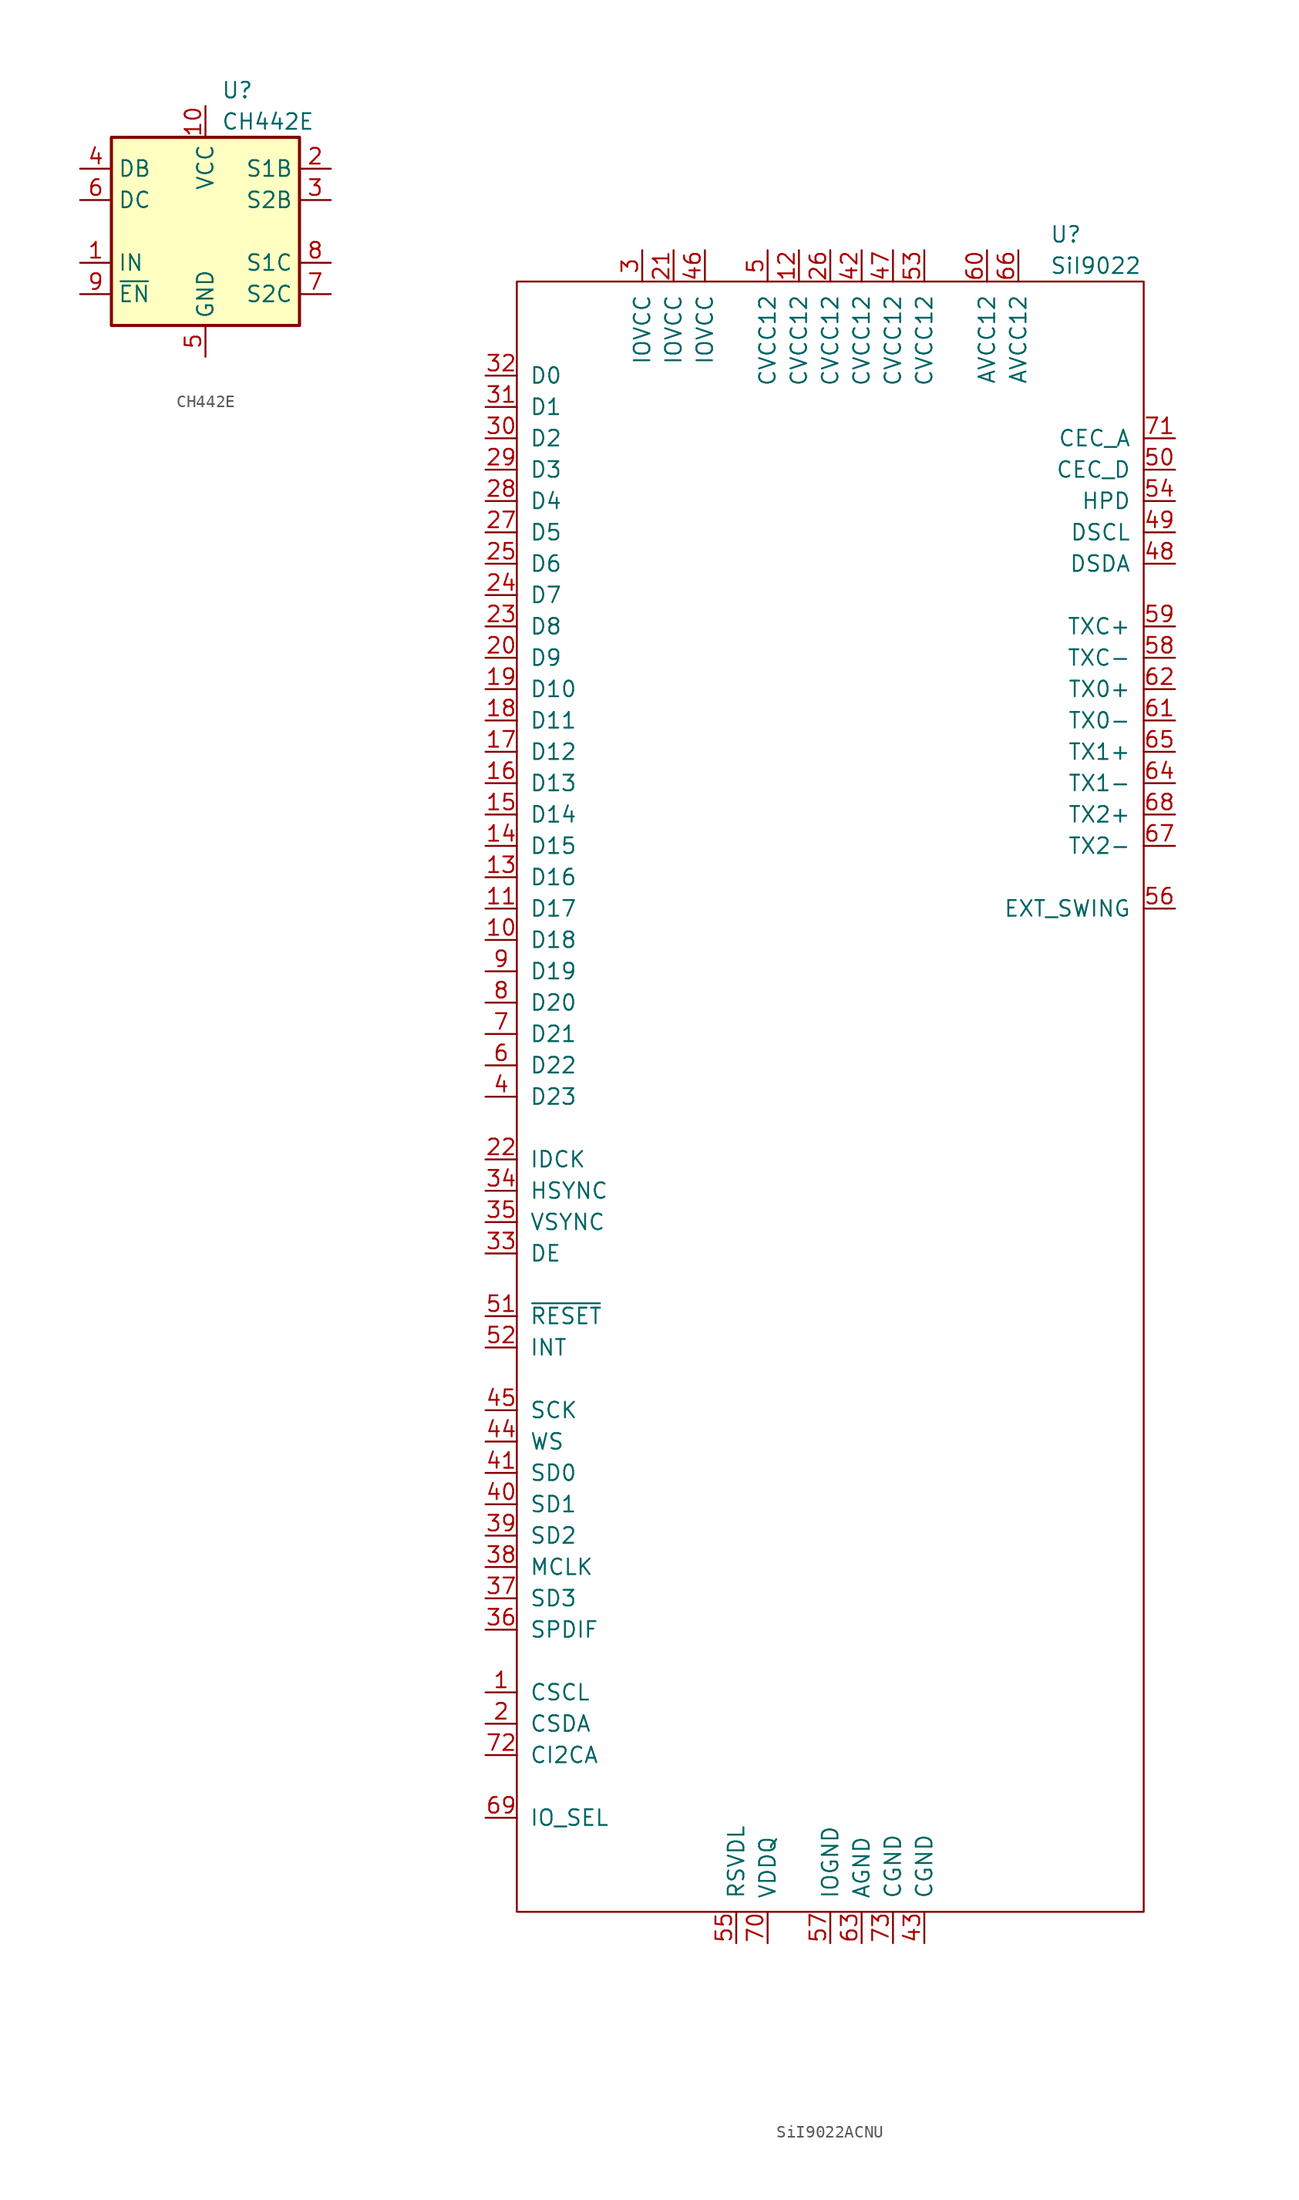
<source format=kicad_sym>
(kicad_symbol_lib
  (version 20241209)
  (generator "kicad_symbol_editor")
  (generator_version "9.0")
  (symbol "CH442E"
    (property "Reference" "U"
      (at 1.27 11.43 0)
      (effects (font (size 1.27 1.27)) (justify left)))
    (property "Value" "CH442E"
      (at 1.27 8.89 0)
      (effects (font (size 1.27 1.27)) (justify left)))
    (symbol "CH442E_0_1"
      (rectangle (start -7.62 7.62) (end 7.62 -7.62) (stroke (width 0.254) (type default)) (fill (type background))))
    (symbol "CH442E_1_1"
      (pin bidirectional line (at -10.16 5.08 0) (length 2.54) (name "DB" (effects (font (size 1.27 1.27)))) (number "4" (effects (font (size 1.27 1.27)))))
      (pin bidirectional line (at -10.16 2.54 0) (length 2.54) (name "DC" (effects (font (size 1.27 1.27)))) (number "6" (effects (font (size 1.27 1.27)))))
      (pin input line (at -10.16 -2.54 0) (length 2.54) (name "IN" (effects (font (size 1.27 1.27)))) (number "1" (effects (font (size 1.27 1.27)))))
      (pin input line (at -10.16 -5.08 0) (length 2.54) (name "~{EN}" (effects (font (size 1.27 1.27)))) (number "9" (effects (font (size 1.27 1.27)))))
      (pin power_in line (at 0 10.16 270) (length 2.54) (name "VCC" (effects (font (size 1.27 1.27)))) (number "10" (effects (font (size 1.27 1.27)))))
      (pin power_in line (at 0 -10.16 90) (length 2.54) (name "GND" (effects (font (size 1.27 1.27)))) (number "5" (effects (font (size 1.27 1.27)))))
      (pin bidirectional line (at 10.16 5.08 180) (length 2.54) (name "S1B" (effects (font (size 1.27 1.27)))) (number "2" (effects (font (size 1.27 1.27)))))
      (pin bidirectional line (at 10.16 2.54 180) (length 2.54) (name "S2B" (effects (font (size 1.27 1.27)))) (number "3" (effects (font (size 1.27 1.27)))))
      (pin bidirectional line (at 10.16 -2.54 180) (length 2.54) (name "S1C" (effects (font (size 1.27 1.27)))) (number "8" (effects (font (size 1.27 1.27)))))
      (pin bidirectional line (at 10.16 -5.08 180) (length 2.54) (name "S2C" (effects (font (size 1.27 1.27)))) (number "7" (effects (font (size 1.27 1.27)))))))
  (symbol "SiI9022ACNU"
    (pin_names
      (offset 1.016))
    (property "Reference" "U"
      (at 17.78 69.85 0)
      (effects (font (size 1.27 1.27)) (justify left)))
    (property "Value" "SiI9022"
      (at 17.78 67.31 0)
      (effects (font (size 1.27 1.27)) (justify left)))
    (symbol "SiI9022ACNU_1_0"
      (pin input line (at -27.94 -17.78 0) (length 2.54) (name "~{RESET}" (effects (font (size 1.27 1.27)))) (number "51" (effects (font (size 1.27 1.27)))))
      (pin output line (at -27.94 -20.32 0) (length 2.54) (name "INT" (effects (font (size 1.27 1.27)))) (number "52" (effects (font (size 1.27 1.27)))))
      (pin input line (at -27.94 -53.34 0) (length 2.54) (name "CI2CA" (effects (font (size 1.27 1.27)))) (number "72" (effects (font (size 1.27 1.27)))))
      (pin input line (at -27.94 -58.42 0) (length 2.54) (name "IO_SEL" (effects (font (size 1.27 1.27)))) (number "69" (effects (font (size 1.27 1.27)))))
      (pin input line (at -7.62 -68.58 90) (length 2.54) (name "RSVDL" (effects (font (size 1.27 1.27)))) (number "55" (effects (font (size 1.27 1.27)))))
      (pin input line (at -5.08 -68.58 90) (length 2.54) (name "VDDQ" (effects (font (size 1.27 1.27)))) (number "70" (effects (font (size 1.27 1.27)))))
      (pin power_in line (at 0 -68.58 90) (length 2.54) (name "IOGND" (effects (font (size 1.27 1.27)))) (number "57" (effects (font (size 1.27 1.27)))))
      (pin power_in line (at 2.54 -68.58 90) (length 2.54) (name "AGND" (effects (font (size 1.27 1.27)))) (number "63" (effects (font (size 1.27 1.27)))))
      (pin power_in line (at 5.08 -68.58 90) (length 2.54) (name "CGND" (effects (font (size 1.27 1.27)))) (number "73" (effects (font (size 1.27 1.27)))))
      (pin power_in line (at 7.62 68.58 270) (length 2.54) (name "CVCC12" (effects (font (size 1.27 1.27)))) (number "53" (effects (font (size 1.27 1.27)))))
      (pin power_in line (at 12.7 68.58 270) (length 2.54) (name "AVCC12" (effects (font (size 1.27 1.27)))) (number "60" (effects (font (size 1.27 1.27)))))
      (pin power_in line (at 15.24 68.58 270) (length 2.54) (name "AVCC12" (effects (font (size 1.27 1.27)))) (number "66" (effects (font (size 1.27 1.27)))))
      (pin input line (at 27.94 53.34 180) (length 2.54) (name "CEC_A" (effects (font (size 1.27 1.27)))) (number "71" (effects (font (size 1.27 1.27)))))
      (pin input line (at 27.94 50.8 180) (length 2.54) (name "CEC_D" (effects (font (size 1.27 1.27)))) (number "50" (effects (font (size 1.27 1.27)))))
      (pin input line (at 27.94 48.26 180) (length 2.54) (name "HPD" (effects (font (size 1.27 1.27)))) (number "54" (effects (font (size 1.27 1.27)))))
      (pin bidirectional line (at 27.94 45.72 180) (length 2.54) (name "DSCL" (effects (font (size 1.27 1.27)))) (number "49" (effects (font (size 1.27 1.27)))))
      (pin output line (at 27.94 38.1 180) (length 2.54) (name "TXC+" (effects (font (size 1.27 1.27)))) (number "59" (effects (font (size 1.27 1.27)))))
      (pin output line (at 27.94 35.56 180) (length 2.54) (name "TXC-" (effects (font (size 1.27 1.27)))) (number "58" (effects (font (size 1.27 1.27)))))
      (pin output line (at 27.94 33.02 180) (length 2.54) (name "TX0+" (effects (font (size 1.27 1.27)))) (number "62" (effects (font (size 1.27 1.27)))))
      (pin output line (at 27.94 30.48 180) (length 2.54) (name "TX0-" (effects (font (size 1.27 1.27)))) (number "61" (effects (font (size 1.27 1.27)))))
      (pin output line (at 27.94 27.94 180) (length 2.54) (name "TX1+" (effects (font (size 1.27 1.27)))) (number "65" (effects (font (size 1.27 1.27)))))
      (pin output line (at 27.94 25.4 180) (length 2.54) (name "TX1-" (effects (font (size 1.27 1.27)))) (number "64" (effects (font (size 1.27 1.27)))))
      (pin output line (at 27.94 22.86 180) (length 2.54) (name "TX2+" (effects (font (size 1.27 1.27)))) (number "68" (effects (font (size 1.27 1.27)))))
      (pin output line (at 27.94 20.32 180) (length 2.54) (name "TX2-" (effects (font (size 1.27 1.27)))) (number "67" (effects (font (size 1.27 1.27)))))
      (pin input line (at 27.94 15.24 180) (length 2.54) (name "EXT_SWING" (effects (font (size 1.27 1.27)))) (number "56" (effects (font (size 1.27 1.27))))))
    (symbol "SiI9022ACNU_1_1"
      (rectangle (start -25.4 66.04) (end 25.4 -66.04) (stroke (width 0) (type solid)) (fill (type none)))
      (pin input line (at -27.94 58.42 0) (length 2.54) (name "D0" (effects (font (size 1.27 1.27)))) (number "32" (effects (font (size 1.27 1.27)))))
      (pin input line (at -27.94 55.88 0) (length 2.54) (name "D1" (effects (font (size 1.27 1.27)))) (number "31" (effects (font (size 1.27 1.27)))))
      (pin input line (at -27.94 53.34 0) (length 2.54) (name "D2" (effects (font (size 1.27 1.27)))) (number "30" (effects (font (size 1.27 1.27)))))
      (pin input line (at -27.94 50.8 0) (length 2.54) (name "D3" (effects (font (size 1.27 1.27)))) (number "29" (effects (font (size 1.27 1.27)))))
      (pin input line (at -27.94 48.26 0) (length 2.54) (name "D4" (effects (font (size 1.27 1.27)))) (number "28" (effects (font (size 1.27 1.27)))))
      (pin input line (at -27.94 45.72 0) (length 2.54) (name "D5" (effects (font (size 1.27 1.27)))) (number "27" (effects (font (size 1.27 1.27)))))
      (pin input line (at -27.94 43.18 0) (length 2.54) (name "D6" (effects (font (size 1.27 1.27)))) (number "25" (effects (font (size 1.27 1.27)))))
      (pin input line (at -27.94 40.64 0) (length 2.54) (name "D7" (effects (font (size 1.27 1.27)))) (number "24" (effects (font (size 1.27 1.27)))))
      (pin input line (at -27.94 38.1 0) (length 2.54) (name "D8" (effects (font (size 1.27 1.27)))) (number "23" (effects (font (size 1.27 1.27)))))
      (pin input line (at -27.94 35.56 0) (length 2.54) (name "D9" (effects (font (size 1.27 1.27)))) (number "20" (effects (font (size 1.27 1.27)))))
      (pin input line (at -27.94 33.02 0) (length 2.54) (name "D10" (effects (font (size 1.27 1.27)))) (number "19" (effects (font (size 1.27 1.27)))))
      (pin input line (at -27.94 30.48 0) (length 2.54) (name "D11" (effects (font (size 1.27 1.27)))) (number "18" (effects (font (size 1.27 1.27)))))
      (pin input line (at -27.94 27.94 0) (length 2.54) (name "D12" (effects (font (size 1.27 1.27)))) (number "17" (effects (font (size 1.27 1.27)))))
      (pin input line (at -27.94 25.4 0) (length 2.54) (name "D13" (effects (font (size 1.27 1.27)))) (number "16" (effects (font (size 1.27 1.27)))))
      (pin input line (at -27.94 22.86 0) (length 2.54) (name "D14" (effects (font (size 1.27 1.27)))) (number "15" (effects (font (size 1.27 1.27)))))
      (pin input line (at -27.94 20.32 0) (length 2.54) (name "D15" (effects (font (size 1.27 1.27)))) (number "14" (effects (font (size 1.27 1.27)))))
      (pin input line (at -27.94 17.78 0) (length 2.54) (name "D16" (effects (font (size 1.27 1.27)))) (number "13" (effects (font (size 1.27 1.27)))))
      (pin input line (at -27.94 15.24 0) (length 2.54) (name "D17" (effects (font (size 1.27 1.27)))) (number "11" (effects (font (size 1.27 1.27)))))
      (pin input line (at -27.94 12.7 0) (length 2.54) (name "D18" (effects (font (size 1.27 1.27)))) (number "10" (effects (font (size 1.27 1.27)))))
      (pin input line (at -27.94 10.16 0) (length 2.54) (name "D19" (effects (font (size 1.27 1.27)))) (number "9" (effects (font (size 1.27 1.27)))))
      (pin input line (at -27.94 7.62 0) (length 2.54) (name "D20" (effects (font (size 1.27 1.27)))) (number "8" (effects (font (size 1.27 1.27)))))
      (pin input line (at -27.94 5.08 0) (length 2.54) (name "D21" (effects (font (size 1.27 1.27)))) (number "7" (effects (font (size 1.27 1.27)))))
      (pin input line (at -27.94 2.54 0) (length 2.54) (name "D22" (effects (font (size 1.27 1.27)))) (number "6" (effects (font (size 1.27 1.27)))))
      (pin input line (at -27.94 0 0) (length 2.54) (name "D23" (effects (font (size 1.27 1.27)))) (number "4" (effects (font (size 1.27 1.27)))))
      (pin input line (at -27.94 -5.08 0) (length 2.54) (name "IDCK" (effects (font (size 1.27 1.27)))) (number "22" (effects (font (size 1.27 1.27)))))
      (pin input line (at -27.94 -7.62 0) (length 2.54) (name "HSYNC" (effects (font (size 1.27 1.27)))) (number "34" (effects (font (size 1.27 1.27)))))
      (pin input line (at -27.94 -10.16 0) (length 2.54) (name "VSYNC" (effects (font (size 1.27 1.27)))) (number "35" (effects (font (size 1.27 1.27)))))
      (pin input line (at -27.94 -12.7 0) (length 2.54) (name "DE" (effects (font (size 1.27 1.27)))) (number "33" (effects (font (size 1.27 1.27)))))
      (pin output line (at -27.94 -25.4 0) (length 2.54) (name "SCK" (effects (font (size 1.27 1.27)))) (number "45" (effects (font (size 1.27 1.27)))))
      (pin output line (at -27.94 -27.94 0) (length 2.54) (name "WS" (effects (font (size 1.27 1.27)))) (number "44" (effects (font (size 1.27 1.27)))))
      (pin bidirectional line (at -27.94 -30.48 0) (length 2.54) (name "SD0" (effects (font (size 1.27 1.27)))) (number "41" (effects (font (size 1.27 1.27)))))
      (pin bidirectional line (at -27.94 -33.02 0) (length 2.54) (name "SD1" (effects (font (size 1.27 1.27)))) (number "40" (effects (font (size 1.27 1.27)))))
      (pin bidirectional line (at -27.94 -35.56 0) (length 2.54) (name "SD2" (effects (font (size 1.27 1.27)))) (number "39" (effects (font (size 1.27 1.27)))))
      (pin output line (at -27.94 -38.1 0) (length 2.54) (name "MCLK" (effects (font (size 1.27 1.27)))) (number "38" (effects (font (size 1.27 1.27)))))
      (pin bidirectional line (at -27.94 -40.64 0) (length 2.54) (name "SD3" (effects (font (size 1.27 1.27)))) (number "37" (effects (font (size 1.27 1.27)))))
      (pin output line (at -27.94 -43.18 0) (length 2.54) (name "SPDIF" (effects (font (size 1.27 1.27)))) (number "36" (effects (font (size 1.27 1.27)))))
      (pin bidirectional line (at -27.94 -48.26 0) (length 2.54) (name "CSCL" (effects (font (size 1.27 1.27)))) (number "1" (effects (font (size 1.27 1.27)))))
      (pin bidirectional line (at -27.94 -50.8 0) (length 2.54) (name "CSDA" (effects (font (size 1.27 1.27)))) (number "2" (effects (font (size 1.27 1.27)))))
      (pin power_in line (at -15.24 68.58 270) (length 2.54) (name "IOVCC" (effects (font (size 1.27 1.27)))) (number "3" (effects (font (size 1.27 1.27)))))
      (pin power_in line (at -12.7 68.58 270) (length 2.54) (name "IOVCC" (effects (font (size 1.27 1.27)))) (number "21" (effects (font (size 1.27 1.27)))))
      (pin power_in line (at -10.16 68.58 270) (length 2.54) (name "IOVCC" (effects (font (size 1.27 1.27)))) (number "46" (effects (font (size 1.27 1.27)))))
      (pin power_in line (at -5.08 68.58 270) (length 2.54) (name "CVCC12" (effects (font (size 1.27 1.27)))) (number "5" (effects (font (size 1.27 1.27)))))
      (pin power_in line (at -2.54 68.58 270) (length 2.54) (name "CVCC12" (effects (font (size 1.27 1.27)))) (number "12" (effects (font (size 1.27 1.27)))))
      (pin power_in line (at 0 68.58 270) (length 2.54) (name "CVCC12" (effects (font (size 1.27 1.27)))) (number "26" (effects (font (size 1.27 1.27)))))
      (pin power_in line (at 2.54 68.58 270) (length 2.54) (name "CVCC12" (effects (font (size 1.27 1.27)))) (number "42" (effects (font (size 1.27 1.27)))))
      (pin power_in line (at 5.08 68.58 270) (length 2.54) (name "CVCC12" (effects (font (size 1.27 1.27)))) (number "47" (effects (font (size 1.27 1.27)))))
      (pin power_in line (at 7.62 -68.58 90) (length 2.54) (name "CGND" (effects (font (size 1.27 1.27)))) (number "43" (effects (font (size 1.27 1.27)))))
      (pin bidirectional line (at 27.94 43.18 180) (length 2.54) (name "DSDA" (effects (font (size 1.27 1.27)))) (number "48" (effects (font (size 1.27 1.27))))))))
</source>
